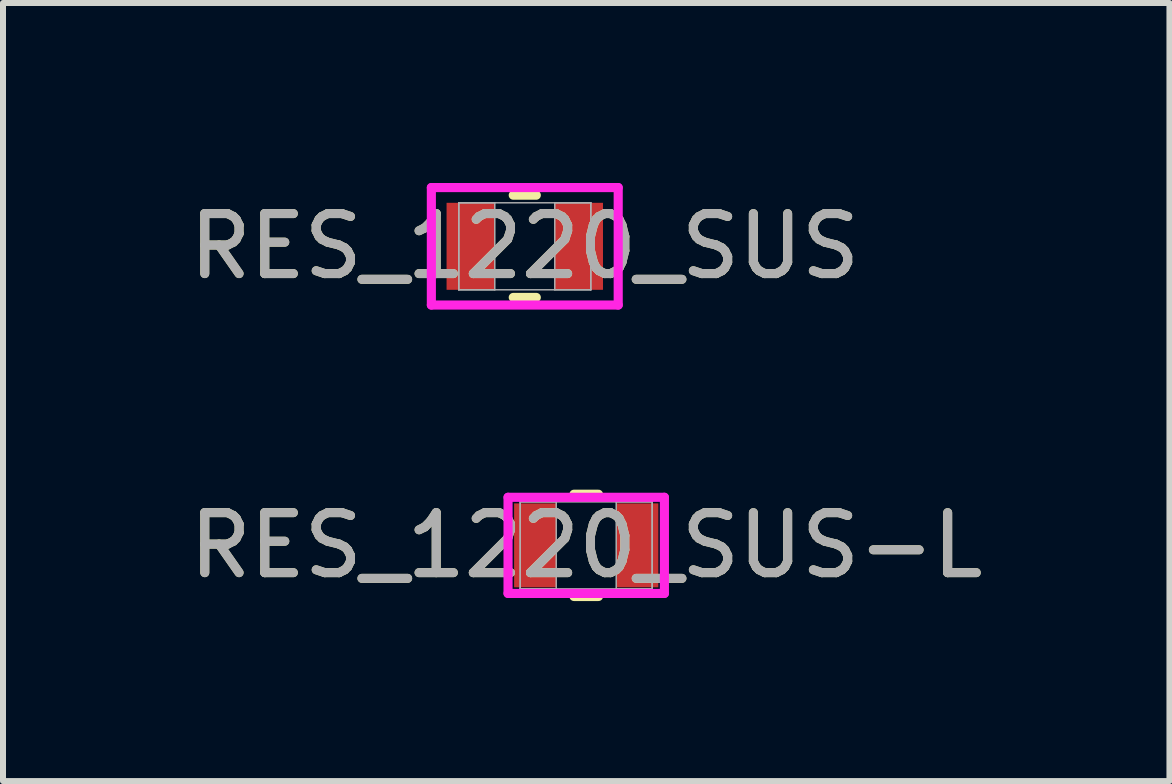
<source format=kicad_pcb>
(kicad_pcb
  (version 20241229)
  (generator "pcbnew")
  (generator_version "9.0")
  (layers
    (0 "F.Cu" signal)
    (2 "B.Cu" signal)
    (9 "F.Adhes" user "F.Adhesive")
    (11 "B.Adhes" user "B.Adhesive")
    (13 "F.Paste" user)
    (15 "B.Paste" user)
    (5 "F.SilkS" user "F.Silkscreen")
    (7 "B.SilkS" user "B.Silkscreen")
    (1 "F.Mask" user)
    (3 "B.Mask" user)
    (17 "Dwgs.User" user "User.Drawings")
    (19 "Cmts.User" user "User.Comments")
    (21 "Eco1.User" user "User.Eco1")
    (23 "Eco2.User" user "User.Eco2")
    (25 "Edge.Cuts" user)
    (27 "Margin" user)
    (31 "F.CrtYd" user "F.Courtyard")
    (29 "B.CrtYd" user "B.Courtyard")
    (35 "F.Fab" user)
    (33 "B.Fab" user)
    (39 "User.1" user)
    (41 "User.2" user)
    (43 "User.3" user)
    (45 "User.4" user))
  (footprint "RES_1220_SUS-L"
    (layer "F.Cu")
    (at 6.72 6.039)
    (property "Reference" "RES_1220_SUS-L" (at 0 0 0) (unlocked yes) (layer "F.SilkS") (effects (font (size 1 1) (thickness 0.15))))
    (attr smd)
    (fp_line (start -0.204 0.852) (end 0.204 0.852) (stroke (width 0.152) (type solid)) (layer "F.SilkS"))
    (fp_line (start 0.204 -0.852) (end -0.204 -0.852) (stroke (width 0.152) (type solid)) (layer "F.SilkS"))
    (fp_line (start -1.303 -0.801) (end 1.303 -0.801) (stroke (width 0.152) (type solid)) (layer "F.CrtYd"))
    (fp_line (start -1.303 0.801) (end -1.303 -0.801) (stroke (width 0.152) (type solid)) (layer "F.CrtYd"))
    (fp_line (start 1.303 -0.801) (end 1.303 0.801) (stroke (width 0.152) (type solid)) (layer "F.CrtYd"))
    (fp_line (start 1.303 0.801) (end -1.303 0.801) (stroke (width 0.152) (type solid)) (layer "F.CrtYd"))
    (fp_line (start -1.1 -0.725) (end -1.1 0.725) (stroke (width 0.025) (type solid)) (layer "F.Fab"))
    (fp_line (start -1.1 -0.725) (end -1.1 0.725) (stroke (width 0.025) (type solid)) (layer "F.Fab"))
    (fp_line (start -1.1 0.725) (end -0.5 0.725) (stroke (width 0.025) (type solid)) (layer "F.Fab"))
    (fp_line (start -1.1 0.725) (end 1.1 0.725) (stroke (width 0.025) (type solid)) (layer "F.Fab"))
    (fp_line (start -0.5 -0.725) (end -1.1 -0.725) (stroke (width 0.025) (type solid)) (layer "F.Fab"))
    (fp_line (start -0.5 0.725) (end -0.5 -0.725) (stroke (width 0.025) (type solid)) (layer "F.Fab"))
    (fp_line (start 0.5 -0.725) (end 0.5 0.725) (stroke (width 0.025) (type solid)) (layer "F.Fab"))
    (fp_line (start 0.5 0.725) (end 1.1 0.725) (stroke (width 0.025) (type solid)) (layer "F.Fab"))
    (fp_line (start 1.1 -0.725) (end -1.1 -0.725) (stroke (width 0.025) (type solid)) (layer "F.Fab"))
    (fp_line (start 1.1 -0.725) (end 0.5 -0.725) (stroke (width 0.025) (type solid)) (layer "F.Fab"))
    (fp_line (start 1.1 0.725) (end 1.1 -0.725) (stroke (width 0.025) (type solid)) (layer "F.Fab"))
    (fp_line (start 1.1 0.725) (end 1.1 -0.725) (stroke (width 0.025) (type solid)) (layer "F.Fab"))
    (fp_text user "${REFERENCE}" (at 0 0 0) (unlocked yes) (layer "F.Fab") (effects (font (size 1 1) (thickness 0.15))))
    (pad "1" smd rect (at -0.851 0) (size 0.702 1.399) (layers "F.Cu" "F.Mask" "F.Paste"))
    (pad "2" smd rect (at 0.851 0) (size 0.702 1.399) (layers "F.Cu" "F.Mask" "F.Paste"))
    (zone (net_name "") (layer "F.Cu") (hatch full 0.508) (connect_pads) (min_thickness 0.254) (filled_areas_thickness no) (keepout (tracks not_allowed) (vias not_allowed) (pads allowed) (copperpour not_allowed) (footprints allowed)) (placement (enabled no)) (fill) (polygon (pts (xy 6.271 5.364) (xy 7.169 5.364) (xy 7.169 6.713) (xy 6.271 6.713)))))
  (footprint "RES_1220_SUS"
    (layer "F.Cu")
    (at 5.696 1.055)
    (property "Reference" "RES_1220_SUS" (at 0 0 0) (unlocked yes) (layer "F.SilkS") (effects (font (size 1 1) (thickness 0.15))))
    (attr smd)
    (fp_line (start -0.192 0.852) (end 0.192 0.852) (stroke (width 0.152) (type solid)) (layer "F.SilkS"))
    (fp_line (start 0.192 -0.852) (end -0.192 -0.852) (stroke (width 0.152) (type solid)) (layer "F.SilkS"))
    (fp_line (start -1.557 -0.979) (end 1.557 -0.979) (stroke (width 0.152) (type solid)) (layer "F.CrtYd"))
    (fp_line (start -1.557 0.979) (end -1.557 -0.979) (stroke (width 0.152) (type solid)) (layer "F.CrtYd"))
    (fp_line (start 1.557 -0.979) (end 1.557 0.979) (stroke (width 0.152) (type solid)) (layer "F.CrtYd"))
    (fp_line (start 1.557 0.979) (end -1.557 0.979) (stroke (width 0.152) (type solid)) (layer "F.CrtYd"))
    (fp_line (start -1.1 -0.725) (end -1.1 0.725) (stroke (width 0.025) (type solid)) (layer "F.Fab"))
    (fp_line (start -1.1 -0.725) (end -1.1 0.725) (stroke (width 0.025) (type solid)) (layer "F.Fab"))
    (fp_line (start -1.1 0.725) (end -0.5 0.725) (stroke (width 0.025) (type solid)) (layer "F.Fab"))
    (fp_line (start -1.1 0.725) (end 1.1 0.725) (stroke (width 0.025) (type solid)) (layer "F.Fab"))
    (fp_line (start -0.5 -0.725) (end -1.1 -0.725) (stroke (width 0.025) (type solid)) (layer "F.Fab"))
    (fp_line (start -0.5 0.725) (end -0.5 -0.725) (stroke (width 0.025) (type solid)) (layer "F.Fab"))
    (fp_line (start 0.5 -0.725) (end 0.5 0.725) (stroke (width 0.025) (type solid)) (layer "F.Fab"))
    (fp_line (start 0.5 0.725) (end 1.1 0.725) (stroke (width 0.025) (type solid)) (layer "F.Fab"))
    (fp_line (start 1.1 -0.725) (end -1.1 -0.725) (stroke (width 0.025) (type solid)) (layer "F.Fab"))
    (fp_line (start 1.1 -0.725) (end 0.5 -0.725) (stroke (width 0.025) (type solid)) (layer "F.Fab"))
    (fp_line (start 1.1 0.725) (end 1.1 -0.725) (stroke (width 0.025) (type solid)) (layer "F.Fab"))
    (fp_line (start 1.1 0.725) (end 1.1 -0.725) (stroke (width 0.025) (type solid)) (layer "F.Fab"))
    (fp_text user "${REFERENCE}" (at 0 0 0) (unlocked yes) (layer "F.Fab") (effects (font (size 1 1) (thickness 0.15))))
    (pad "1" smd rect (at -0.902 0) (size 0.803 1.45) (layers "F.Cu" "F.Mask" "F.Paste"))
    (pad "2" smd rect (at 0.902 0) (size 0.803 1.45) (layers "F.Cu" "F.Mask" "F.Paste"))
    (zone (net_name "") (layer "F.Cu") (hatch full 0.508) (connect_pads) (min_thickness 0.254) (filled_areas_thickness no) (keepout (tracks not_allowed) (vias not_allowed) (pads allowed) (copperpour not_allowed) (footprints allowed)) (placement (enabled no)) (fill) (polygon (pts (xy 5.247 0.381) (xy 6.146 0.381) (xy 6.146 1.729) (xy 5.247 1.729)))))
  (gr_rect
    (start -3 -3)
    (end 16.44 9.967)
    (stroke (width 0.1) (type default))
    (fill no)
    (layer "Edge.Cuts")))
</source>
